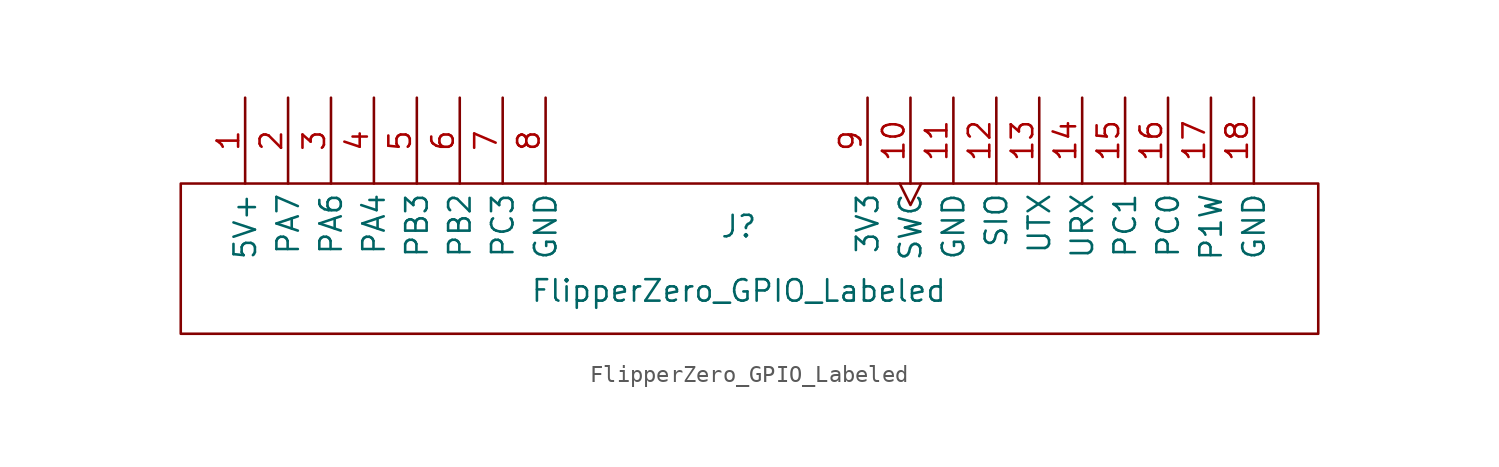
<source format=kicad_sym>
(kicad_symbol_lib
  (version 20211014)
  (generator kicad_symbol_editor)
  (symbol "FlipperZero_GPIO_Labeled"
    (property "Reference" "J"
      (at 0 -5.08 0)
      (effects (font (size 1.27 1.27))))
    (property "Value" "FlipperZero_GPIO_Labeled"
      (at 0 -8.89 0)
      (effects (font (size 1.27 1.27))))
    (symbol "FlipperZero_GPIO_Labeled_0_1"
      (rectangle (start -33.02 -2.54) (end 34.29 -11.43) (stroke (width 0) (type default) (color 0 0 0 0)) (fill (type none))))
    (symbol "FlipperZero_GPIO_Labeled_1_1"
      (pin power_out line (at -29.21 2.54 270) (length 5.08) (name "5V+" (effects (font (size 1.27 1.27)))) (number "1" (effects (font (size 1.27 1.27)))))
      (pin output clock (at 10.16 2.54 270) (length 5.08) (name "SWC" (effects (font (size 1.27 1.27)))) (number "10" (effects (font (size 1.27 1.27)))))
      (pin power_out line (at 12.7 2.54 270) (length 5.08) (name "GND" (effects (font (size 1.27 1.27)))) (number "11" (effects (font (size 1.27 1.27)))))
      (pin bidirectional line (at 15.24 2.54 270) (length 5.08) (name "SIO" (effects (font (size 1.27 1.27)))) (number "12" (effects (font (size 1.27 1.27)))))
      (pin output line (at 17.78 2.54 270) (length 5.08) (name "UTX" (effects (font (size 1.27 1.27)))) (number "13" (effects (font (size 1.27 1.27)))))
      (pin input line (at 20.32 2.54 270) (length 5.08) (name "URX" (effects (font (size 1.27 1.27)))) (number "14" (effects (font (size 1.27 1.27)))))
      (pin bidirectional line (at 22.86 2.54 270) (length 5.08) (name "PC1" (effects (font (size 1.27 1.27)))) (number "15" (effects (font (size 1.27 1.27)))))
      (pin bidirectional line (at 25.4 2.54 270) (length 5.08) (name "PC0" (effects (font (size 1.27 1.27)))) (number "16" (effects (font (size 1.27 1.27)))))
      (pin bidirectional line (at 27.94 2.54 270) (length 5.08) (name "P1W" (effects (font (size 1.27 1.27)))) (number "17" (effects (font (size 1.27 1.27)))))
      (pin power_out line (at 30.48 2.54 270) (length 5.08) (name "GND" (effects (font (size 1.27 1.27)))) (number "18" (effects (font (size 1.27 1.27)))))
      (pin bidirectional line (at -26.67 2.54 270) (length 5.08) (name "PA7" (effects (font (size 1.27 1.27)))) (number "2" (effects (font (size 1.27 1.27)))))
      (pin bidirectional line (at -24.13 2.54 270) (length 5.08) (name "PA6" (effects (font (size 1.27 1.27)))) (number "3" (effects (font (size 1.27 1.27)))))
      (pin bidirectional line (at -21.59 2.54 270) (length 5.08) (name "PA4" (effects (font (size 1.27 1.27)))) (number "4" (effects (font (size 1.27 1.27)))))
      (pin bidirectional line (at -19.05 2.54 270) (length 5.08) (name "PB3" (effects (font (size 1.27 1.27)))) (number "5" (effects (font (size 1.27 1.27)))))
      (pin bidirectional line (at -16.51 2.54 270) (length 5.08) (name "PB2" (effects (font (size 1.27 1.27)))) (number "6" (effects (font (size 1.27 1.27)))))
      (pin bidirectional line (at -13.97 2.54 270) (length 5.08) (name "PC3" (effects (font (size 1.27 1.27)))) (number "7" (effects (font (size 1.27 1.27)))))
      (pin power_out line (at -11.43 2.54 270) (length 5.08) (name "GND" (effects (font (size 1.27 1.27)))) (number "8" (effects (font (size 1.27 1.27)))))
      (pin power_out line (at 7.62 2.54 270) (length 5.08) (name "3V3" (effects (font (size 1.27 1.27)))) (number "9" (effects (font (size 1.27 1.27))))))))
</source>
